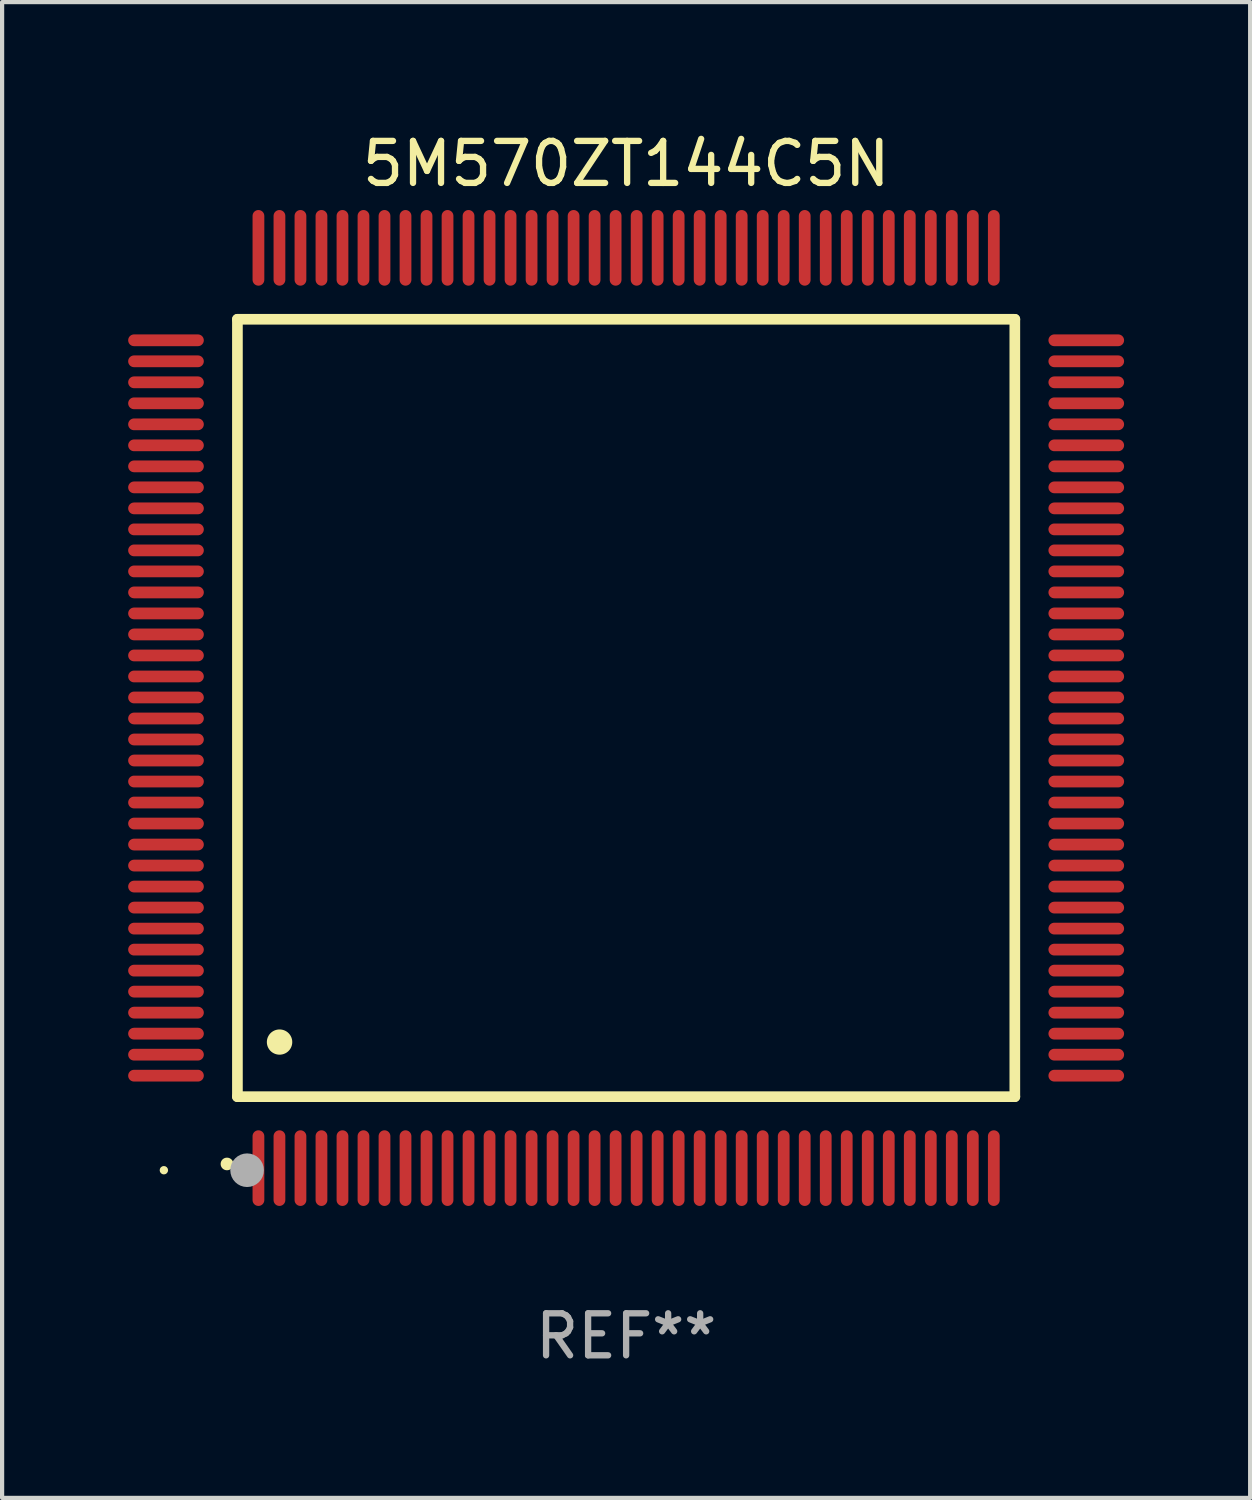
<source format=kicad_pcb>
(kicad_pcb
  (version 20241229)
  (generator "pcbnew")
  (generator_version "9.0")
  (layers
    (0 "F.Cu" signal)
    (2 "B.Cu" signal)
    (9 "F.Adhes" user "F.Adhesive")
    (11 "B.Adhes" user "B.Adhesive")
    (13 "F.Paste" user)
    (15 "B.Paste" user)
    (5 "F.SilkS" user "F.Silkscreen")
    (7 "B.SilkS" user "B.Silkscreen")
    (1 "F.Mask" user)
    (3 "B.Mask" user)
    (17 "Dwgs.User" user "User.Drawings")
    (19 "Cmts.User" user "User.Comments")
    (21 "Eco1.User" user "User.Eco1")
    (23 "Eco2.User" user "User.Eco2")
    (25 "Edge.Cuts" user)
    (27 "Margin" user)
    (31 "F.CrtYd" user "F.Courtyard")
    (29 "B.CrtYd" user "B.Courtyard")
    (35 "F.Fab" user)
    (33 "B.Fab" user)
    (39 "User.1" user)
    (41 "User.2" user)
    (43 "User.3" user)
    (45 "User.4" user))
  (footprint "5M570ZT144C5N"
    (layer "F.Cu")
    (at 11.85 13.798)
    (property "Reference" "5M570ZT144C5N" (at 0 -12.95 0) (layer "F.SilkS") (effects (font (size 1 1) (thickness 0.15))))
    (attr through_hole)
    (fp_line (start -9.25 -9.25) (end -9.25 9.25) (stroke (width 0.254) (type solid)) (layer "F.SilkS"))
    (fp_line (start -9.25 9.25) (end 9.25 9.25) (stroke (width 0.254) (type solid)) (layer "F.SilkS"))
    (fp_line (start 9.25 -9.25) (end -9.25 -9.25) (stroke (width 0.254) (type solid)) (layer "F.SilkS"))
    (fp_line (start 9.25 9.25) (end 9.25 -9.25) (stroke (width 0.254) (type solid)) (layer "F.SilkS"))
    (fp_arc (start -9.499619 10.850902) (mid -9.498349 10.850897) (end -9.497079 10.850902) (stroke (width 0.3) (type solid)) (layer "F.SilkS"))
    (fp_arc (start -8.249936 7.950216) (mid -8.247396 7.950205) (end -8.244856 7.950216) (stroke (width 0.6) (type solid)) (layer "F.SilkS"))
    (fp_circle (center -11 11) (end -10.95 11) (stroke (width 0.1) (type solid)) (fill no) (layer "F.SilkS"))
    (fp_circle (center -9.02 11) (end -8.82 11) (stroke (width 0.4) (type solid)) (fill no) (layer "F.Fab"))
    (fp_text user "REF**" (at 0 14.95 0) (layer "F.Fab") (effects (font (size 1 1) (thickness 0.15))))
    (pad "1" smd oval (at -8.75 10.95) (size 0.28 1.8) (layers "F.Cu" "F.Mask" "F.Paste"))
    (pad "2" smd oval (at -8.25 10.95) (size 0.28 1.8) (layers "F.Cu" "F.Mask" "F.Paste"))
    (pad "3" smd oval (at -7.75 10.95) (size 0.28 1.8) (layers "F.Cu" "F.Mask" "F.Paste"))
    (pad "4" smd oval (at -7.25 10.95) (size 0.28 1.8) (layers "F.Cu" "F.Mask" "F.Paste"))
    (pad "5" smd oval (at -6.75 10.95) (size 0.28 1.8) (layers "F.Cu" "F.Mask" "F.Paste"))
    (pad "6" smd oval (at -6.25 10.95) (size 0.28 1.8) (layers "F.Cu" "F.Mask" "F.Paste"))
    (pad "7" smd oval (at -5.75 10.95) (size 0.28 1.8) (layers "F.Cu" "F.Mask" "F.Paste"))
    (pad "8" smd oval (at -5.25 10.95) (size 0.28 1.8) (layers "F.Cu" "F.Mask" "F.Paste"))
    (pad "9" smd oval (at -4.75 10.95) (size 0.28 1.8) (layers "F.Cu" "F.Mask" "F.Paste"))
    (pad "10" smd oval (at -4.25 10.95) (size 0.28 1.8) (layers "F.Cu" "F.Mask" "F.Paste"))
    (pad "11" smd oval (at -3.75 10.95) (size 0.28 1.8) (layers "F.Cu" "F.Mask" "F.Paste"))
    (pad "12" smd oval (at -3.25 10.95) (size 0.28 1.8) (layers "F.Cu" "F.Mask" "F.Paste"))
    (pad "13" smd oval (at -2.75 10.95) (size 0.28 1.8) (layers "F.Cu" "F.Mask" "F.Paste"))
    (pad "14" smd oval (at -2.25 10.95) (size 0.28 1.8) (layers "F.Cu" "F.Mask" "F.Paste"))
    (pad "15" smd oval (at -1.75 10.95) (size 0.28 1.8) (layers "F.Cu" "F.Mask" "F.Paste"))
    (pad "16" smd oval (at -1.25 10.95) (size 0.28 1.8) (layers "F.Cu" "F.Mask" "F.Paste"))
    (pad "17" smd oval (at -0.75 10.95) (size 0.28 1.8) (layers "F.Cu" "F.Mask" "F.Paste"))
    (pad "18" smd oval (at -0.25 10.95) (size 0.28 1.8) (layers "F.Cu" "F.Mask" "F.Paste"))
    (pad "19" smd oval (at 0.25 10.95) (size 0.28 1.8) (layers "F.Cu" "F.Mask" "F.Paste"))
    (pad "20" smd oval (at 0.75 10.95) (size 0.28 1.8) (layers "F.Cu" "F.Mask" "F.Paste"))
    (pad "21" smd oval (at 1.25 10.95) (size 0.28 1.8) (layers "F.Cu" "F.Mask" "F.Paste"))
    (pad "22" smd oval (at 1.75 10.95) (size 0.28 1.8) (layers "F.Cu" "F.Mask" "F.Paste"))
    (pad "23" smd oval (at 2.25 10.95) (size 0.28 1.8) (layers "F.Cu" "F.Mask" "F.Paste"))
    (pad "24" smd oval (at 2.75 10.95) (size 0.28 1.8) (layers "F.Cu" "F.Mask" "F.Paste"))
    (pad "25" smd oval (at 3.25 10.95) (size 0.28 1.8) (layers "F.Cu" "F.Mask" "F.Paste"))
    (pad "26" smd oval (at 3.75 10.95) (size 0.28 1.8) (layers "F.Cu" "F.Mask" "F.Paste"))
    (pad "27" smd oval (at 4.25 10.95) (size 0.28 1.8) (layers "F.Cu" "F.Mask" "F.Paste"))
    (pad "28" smd oval (at 4.75 10.95) (size 0.28 1.8) (layers "F.Cu" "F.Mask" "F.Paste"))
    (pad "29" smd oval (at 5.25 10.95) (size 0.28 1.8) (layers "F.Cu" "F.Mask" "F.Paste"))
    (pad "30" smd oval (at 5.75 10.95) (size 0.28 1.8) (layers "F.Cu" "F.Mask" "F.Paste"))
    (pad "31" smd oval (at 6.25 10.95) (size 0.28 1.8) (layers "F.Cu" "F.Mask" "F.Paste"))
    (pad "32" smd oval (at 6.75 10.95) (size 0.28 1.8) (layers "F.Cu" "F.Mask" "F.Paste"))
    (pad "33" smd oval (at 7.25 10.95) (size 0.28 1.8) (layers "F.Cu" "F.Mask" "F.Paste"))
    (pad "34" smd oval (at 7.75 10.95) (size 0.28 1.8) (layers "F.Cu" "F.Mask" "F.Paste"))
    (pad "35" smd oval (at 8.25 10.95) (size 0.28 1.8) (layers "F.Cu" "F.Mask" "F.Paste"))
    (pad "36" smd oval (at 8.75 10.95) (size 0.28 1.8) (layers "F.Cu" "F.Mask" "F.Paste"))
    (pad "37" smd oval (at 10.95 8.75) (size 1.8 0.28) (layers "F.Cu" "F.Mask" "F.Paste"))
    (pad "38" smd oval (at 10.95 8.25) (size 1.8 0.28) (layers "F.Cu" "F.Mask" "F.Paste"))
    (pad "39" smd oval (at 10.95 7.75) (size 1.8 0.28) (layers "F.Cu" "F.Mask" "F.Paste"))
    (pad "40" smd oval (at 10.95 7.25) (size 1.8 0.28) (layers "F.Cu" "F.Mask" "F.Paste"))
    (pad "41" smd oval (at 10.95 6.75) (size 1.8 0.28) (layers "F.Cu" "F.Mask" "F.Paste"))
    (pad "42" smd oval (at 10.95 6.25) (size 1.8 0.28) (layers "F.Cu" "F.Mask" "F.Paste"))
    (pad "43" smd oval (at 10.95 5.75) (size 1.8 0.28) (layers "F.Cu" "F.Mask" "F.Paste"))
    (pad "44" smd oval (at 10.95 5.25) (size 1.8 0.28) (layers "F.Cu" "F.Mask" "F.Paste"))
    (pad "45" smd oval (at 10.95 4.75) (size 1.8 0.28) (layers "F.Cu" "F.Mask" "F.Paste"))
    (pad "46" smd oval (at 10.95 4.25) (size 1.8 0.28) (layers "F.Cu" "F.Mask" "F.Paste"))
    (pad "47" smd oval (at 10.95 3.75) (size 1.8 0.28) (layers "F.Cu" "F.Mask" "F.Paste"))
    (pad "48" smd oval (at 10.95 3.25) (size 1.8 0.28) (layers "F.Cu" "F.Mask" "F.Paste"))
    (pad "49" smd oval (at 10.95 2.75) (size 1.8 0.28) (layers "F.Cu" "F.Mask" "F.Paste"))
    (pad "50" smd oval (at 10.95 2.25) (size 1.8 0.28) (layers "F.Cu" "F.Mask" "F.Paste"))
    (pad "51" smd oval (at 10.95 1.75) (size 1.8 0.28) (layers "F.Cu" "F.Mask" "F.Paste"))
    (pad "52" smd oval (at 10.95 1.25) (size 1.8 0.28) (layers "F.Cu" "F.Mask" "F.Paste"))
    (pad "53" smd oval (at 10.95 0.75) (size 1.8 0.28) (layers "F.Cu" "F.Mask" "F.Paste"))
    (pad "54" smd oval (at 10.95 0.25) (size 1.8 0.28) (layers "F.Cu" "F.Mask" "F.Paste"))
    (pad "55" smd oval (at 10.95 -0.25) (size 1.8 0.28) (layers "F.Cu" "F.Mask" "F.Paste"))
    (pad "56" smd oval (at 10.95 -0.75) (size 1.8 0.28) (layers "F.Cu" "F.Mask" "F.Paste"))
    (pad "57" smd oval (at 10.95 -1.25) (size 1.8 0.28) (layers "F.Cu" "F.Mask" "F.Paste"))
    (pad "58" smd oval (at 10.95 -1.75) (size 1.8 0.28) (layers "F.Cu" "F.Mask" "F.Paste"))
    (pad "59" smd oval (at 10.95 -2.25) (size 1.8 0.28) (layers "F.Cu" "F.Mask" "F.Paste"))
    (pad "60" smd oval (at 10.95 -2.75) (size 1.8 0.28) (layers "F.Cu" "F.Mask" "F.Paste"))
    (pad "61" smd oval (at 10.95 -3.25) (size 1.8 0.28) (layers "F.Cu" "F.Mask" "F.Paste"))
    (pad "62" smd oval (at 10.95 -3.75) (size 1.8 0.28) (layers "F.Cu" "F.Mask" "F.Paste"))
    (pad "63" smd oval (at 10.95 -4.25) (size 1.8 0.28) (layers "F.Cu" "F.Mask" "F.Paste"))
    (pad "64" smd oval (at 10.95 -4.75) (size 1.8 0.28) (layers "F.Cu" "F.Mask" "F.Paste"))
    (pad "65" smd oval (at 10.95 -5.25) (size 1.8 0.28) (layers "F.Cu" "F.Mask" "F.Paste"))
    (pad "66" smd oval (at 10.95 -5.75) (size 1.8 0.28) (layers "F.Cu" "F.Mask" "F.Paste"))
    (pad "67" smd oval (at 10.95 -6.25) (size 1.8 0.28) (layers "F.Cu" "F.Mask" "F.Paste"))
    (pad "68" smd oval (at 10.95 -6.75) (size 1.8 0.28) (layers "F.Cu" "F.Mask" "F.Paste"))
    (pad "69" smd oval (at 10.95 -7.25) (size 1.8 0.28) (layers "F.Cu" "F.Mask" "F.Paste"))
    (pad "70" smd oval (at 10.95 -7.75) (size 1.8 0.28) (layers "F.Cu" "F.Mask" "F.Paste"))
    (pad "71" smd oval (at 10.95 -8.25) (size 1.8 0.28) (layers "F.Cu" "F.Mask" "F.Paste"))
    (pad "72" smd oval (at 10.95 -8.75) (size 1.8 0.28) (layers "F.Cu" "F.Mask" "F.Paste"))
    (pad "73" smd oval (at 8.75 -10.95) (size 0.28 1.8) (layers "F.Cu" "F.Mask" "F.Paste"))
    (pad "74" smd oval (at 8.25 -10.95) (size 0.28 1.8) (layers "F.Cu" "F.Mask" "F.Paste"))
    (pad "75" smd oval (at 7.75 -10.95) (size 0.28 1.8) (layers "F.Cu" "F.Mask" "F.Paste"))
    (pad "76" smd oval (at 7.25 -10.95) (size 0.28 1.8) (layers "F.Cu" "F.Mask" "F.Paste"))
    (pad "77" smd oval (at 6.75 -10.95) (size 0.28 1.8) (layers "F.Cu" "F.Mask" "F.Paste"))
    (pad "78" smd oval (at 6.25 -10.95) (size 0.28 1.8) (layers "F.Cu" "F.Mask" "F.Paste"))
    (pad "79" smd oval (at 5.75 -10.95) (size 0.28 1.8) (layers "F.Cu" "F.Mask" "F.Paste"))
    (pad "80" smd oval (at 5.25 -10.95) (size 0.28 1.8) (layers "F.Cu" "F.Mask" "F.Paste"))
    (pad "81" smd oval (at 4.75 -10.95) (size 0.28 1.8) (layers "F.Cu" "F.Mask" "F.Paste"))
    (pad "82" smd oval (at 4.25 -10.95) (size 0.28 1.8) (layers "F.Cu" "F.Mask" "F.Paste"))
    (pad "83" smd oval (at 3.75 -10.95) (size 0.28 1.8) (layers "F.Cu" "F.Mask" "F.Paste"))
    (pad "84" smd oval (at 3.25 -10.95) (size 0.28 1.8) (layers "F.Cu" "F.Mask" "F.Paste"))
    (pad "85" smd oval (at 2.75 -10.95) (size 0.28 1.8) (layers "F.Cu" "F.Mask" "F.Paste"))
    (pad "86" smd oval (at 2.25 -10.95) (size 0.28 1.8) (layers "F.Cu" "F.Mask" "F.Paste"))
    (pad "87" smd oval (at 1.75 -10.95) (size 0.28 1.8) (layers "F.Cu" "F.Mask" "F.Paste"))
    (pad "88" smd oval (at 1.25 -10.95) (size 0.28 1.8) (layers "F.Cu" "F.Mask" "F.Paste"))
    (pad "89" smd oval (at 0.75 -10.95) (size 0.28 1.8) (layers "F.Cu" "F.Mask" "F.Paste"))
    (pad "90" smd oval (at 0.25 -10.95) (size 0.28 1.8) (layers "F.Cu" "F.Mask" "F.Paste"))
    (pad "91" smd oval (at -0.25 -10.95) (size 0.28 1.8) (layers "F.Cu" "F.Mask" "F.Paste"))
    (pad "92" smd oval (at -0.75 -10.95) (size 0.28 1.8) (layers "F.Cu" "F.Mask" "F.Paste"))
    (pad "93" smd oval (at -1.25 -10.95) (size 0.28 1.8) (layers "F.Cu" "F.Mask" "F.Paste"))
    (pad "94" smd oval (at -1.75 -10.95) (size 0.28 1.8) (layers "F.Cu" "F.Mask" "F.Paste"))
    (pad "95" smd oval (at -2.25 -10.95) (size 0.28 1.8) (layers "F.Cu" "F.Mask" "F.Paste"))
    (pad "96" smd oval (at -2.75 -10.95) (size 0.28 1.8) (layers "F.Cu" "F.Mask" "F.Paste"))
    (pad "97" smd oval (at -3.25 -10.95) (size 0.28 1.8) (layers "F.Cu" "F.Mask" "F.Paste"))
    (pad "98" smd oval (at -3.75 -10.95) (size 0.28 1.8) (layers "F.Cu" "F.Mask" "F.Paste"))
    (pad "99" smd oval (at -4.25 -10.95) (size 0.28 1.8) (layers "F.Cu" "F.Mask" "F.Paste"))
    (pad "100" smd oval (at -4.75 -10.95) (size 0.28 1.8) (layers "F.Cu" "F.Mask" "F.Paste"))
    (pad "101" smd oval (at -5.25 -10.95) (size 0.28 1.8) (layers "F.Cu" "F.Mask" "F.Paste"))
    (pad "102" smd oval (at -5.75 -10.95) (size 0.28 1.8) (layers "F.Cu" "F.Mask" "F.Paste"))
    (pad "103" smd oval (at -6.25 -10.95) (size 0.28 1.8) (layers "F.Cu" "F.Mask" "F.Paste"))
    (pad "104" smd oval (at -6.75 -10.95) (size 0.28 1.8) (layers "F.Cu" "F.Mask" "F.Paste"))
    (pad "105" smd oval (at -7.25 -10.95) (size 0.28 1.8) (layers "F.Cu" "F.Mask" "F.Paste"))
    (pad "106" smd oval (at -7.75 -10.95) (size 0.28 1.8) (layers "F.Cu" "F.Mask" "F.Paste"))
    (pad "107" smd oval (at -8.25 -10.95) (size 0.28 1.8) (layers "F.Cu" "F.Mask" "F.Paste"))
    (pad "108" smd oval (at -8.75 -10.95) (size 0.28 1.8) (layers "F.Cu" "F.Mask" "F.Paste"))
    (pad "109" smd oval (at -10.95 -8.75) (size 1.8 0.28) (layers "F.Cu" "F.Mask" "F.Paste"))
    (pad "110" smd oval (at -10.95 -8.25) (size 1.8 0.28) (layers "F.Cu" "F.Mask" "F.Paste"))
    (pad "111" smd oval (at -10.95 -7.75) (size 1.8 0.28) (layers "F.Cu" "F.Mask" "F.Paste"))
    (pad "112" smd oval (at -10.95 -7.25) (size 1.8 0.28) (layers "F.Cu" "F.Mask" "F.Paste"))
    (pad "113" smd oval (at -10.95 -6.75) (size 1.8 0.28) (layers "F.Cu" "F.Mask" "F.Paste"))
    (pad "114" smd oval (at -10.95 -6.25) (size 1.8 0.28) (layers "F.Cu" "F.Mask" "F.Paste"))
    (pad "115" smd oval (at -10.95 -5.75) (size 1.8 0.28) (layers "F.Cu" "F.Mask" "F.Paste"))
    (pad "116" smd oval (at -10.95 -5.25) (size 1.8 0.28) (layers "F.Cu" "F.Mask" "F.Paste"))
    (pad "117" smd oval (at -10.95 -4.75) (size 1.8 0.28) (layers "F.Cu" "F.Mask" "F.Paste"))
    (pad "118" smd oval (at -10.95 -4.25) (size 1.8 0.28) (layers "F.Cu" "F.Mask" "F.Paste"))
    (pad "119" smd oval (at -10.95 -3.75) (size 1.8 0.28) (layers "F.Cu" "F.Mask" "F.Paste"))
    (pad "120" smd oval (at -10.95 -3.25) (size 1.8 0.28) (layers "F.Cu" "F.Mask" "F.Paste"))
    (pad "121" smd oval (at -10.95 -2.75) (size 1.8 0.28) (layers "F.Cu" "F.Mask" "F.Paste"))
    (pad "122" smd oval (at -10.95 -2.25) (size 1.8 0.28) (layers "F.Cu" "F.Mask" "F.Paste"))
    (pad "123" smd oval (at -10.95 -1.75) (size 1.8 0.28) (layers "F.Cu" "F.Mask" "F.Paste"))
    (pad "124" smd oval (at -10.95 -1.25) (size 1.8 0.28) (layers "F.Cu" "F.Mask" "F.Paste"))
    (pad "125" smd oval (at -10.95 -0.75) (size 1.8 0.28) (layers "F.Cu" "F.Mask" "F.Paste"))
    (pad "126" smd oval (at -10.95 -0.25) (size 1.8 0.28) (layers "F.Cu" "F.Mask" "F.Paste"))
    (pad "127" smd oval (at -10.95 0.25) (size 1.8 0.28) (layers "F.Cu" "F.Mask" "F.Paste"))
    (pad "128" smd oval (at -10.95 0.75) (size 1.8 0.28) (layers "F.Cu" "F.Mask" "F.Paste"))
    (pad "129" smd oval (at -10.95 1.25) (size 1.8 0.28) (layers "F.Cu" "F.Mask" "F.Paste"))
    (pad "130" smd oval (at -10.95 1.75) (size 1.8 0.28) (layers "F.Cu" "F.Mask" "F.Paste"))
    (pad "131" smd oval (at -10.95 2.25) (size 1.8 0.28) (layers "F.Cu" "F.Mask" "F.Paste"))
    (pad "132" smd oval (at -10.95 2.75) (size 1.8 0.28) (layers "F.Cu" "F.Mask" "F.Paste"))
    (pad "133" smd oval (at -10.95 3.25) (size 1.8 0.28) (layers "F.Cu" "F.Mask" "F.Paste"))
    (pad "134" smd oval (at -10.95 3.75) (size 1.8 0.28) (layers "F.Cu" "F.Mask" "F.Paste"))
    (pad "135" smd oval (at -10.95 4.25) (size 1.8 0.28) (layers "F.Cu" "F.Mask" "F.Paste"))
    (pad "136" smd oval (at -10.95 4.75) (size 1.8 0.28) (layers "F.Cu" "F.Mask" "F.Paste"))
    (pad "137" smd oval (at -10.95 5.25) (size 1.8 0.28) (layers "F.Cu" "F.Mask" "F.Paste"))
    (pad "138" smd oval (at -10.95 5.75) (size 1.8 0.28) (layers "F.Cu" "F.Mask" "F.Paste"))
    (pad "139" smd oval (at -10.95 6.25) (size 1.8 0.28) (layers "F.Cu" "F.Mask" "F.Paste"))
    (pad "140" smd oval (at -10.95 6.75) (size 1.8 0.28) (layers "F.Cu" "F.Mask" "F.Paste"))
    (pad "141" smd oval (at -10.95 7.25) (size 1.8 0.28) (layers "F.Cu" "F.Mask" "F.Paste"))
    (pad "142" smd oval (at -10.95 7.75) (size 1.8 0.28) (layers "F.Cu" "F.Mask" "F.Paste"))
    (pad "143" smd oval (at -10.95 8.25) (size 1.8 0.28) (layers "F.Cu" "F.Mask" "F.Paste"))
    (pad "144" smd oval (at -10.95 8.75) (size 1.8 0.28) (layers "F.Cu" "F.Mask" "F.Paste")))
  (gr_rect
    (start -3 -3)
    (end 26.7 32.596)
    (stroke (width 0.1) (type default))
    (fill no)
    (layer "Edge.Cuts")))
</source>
